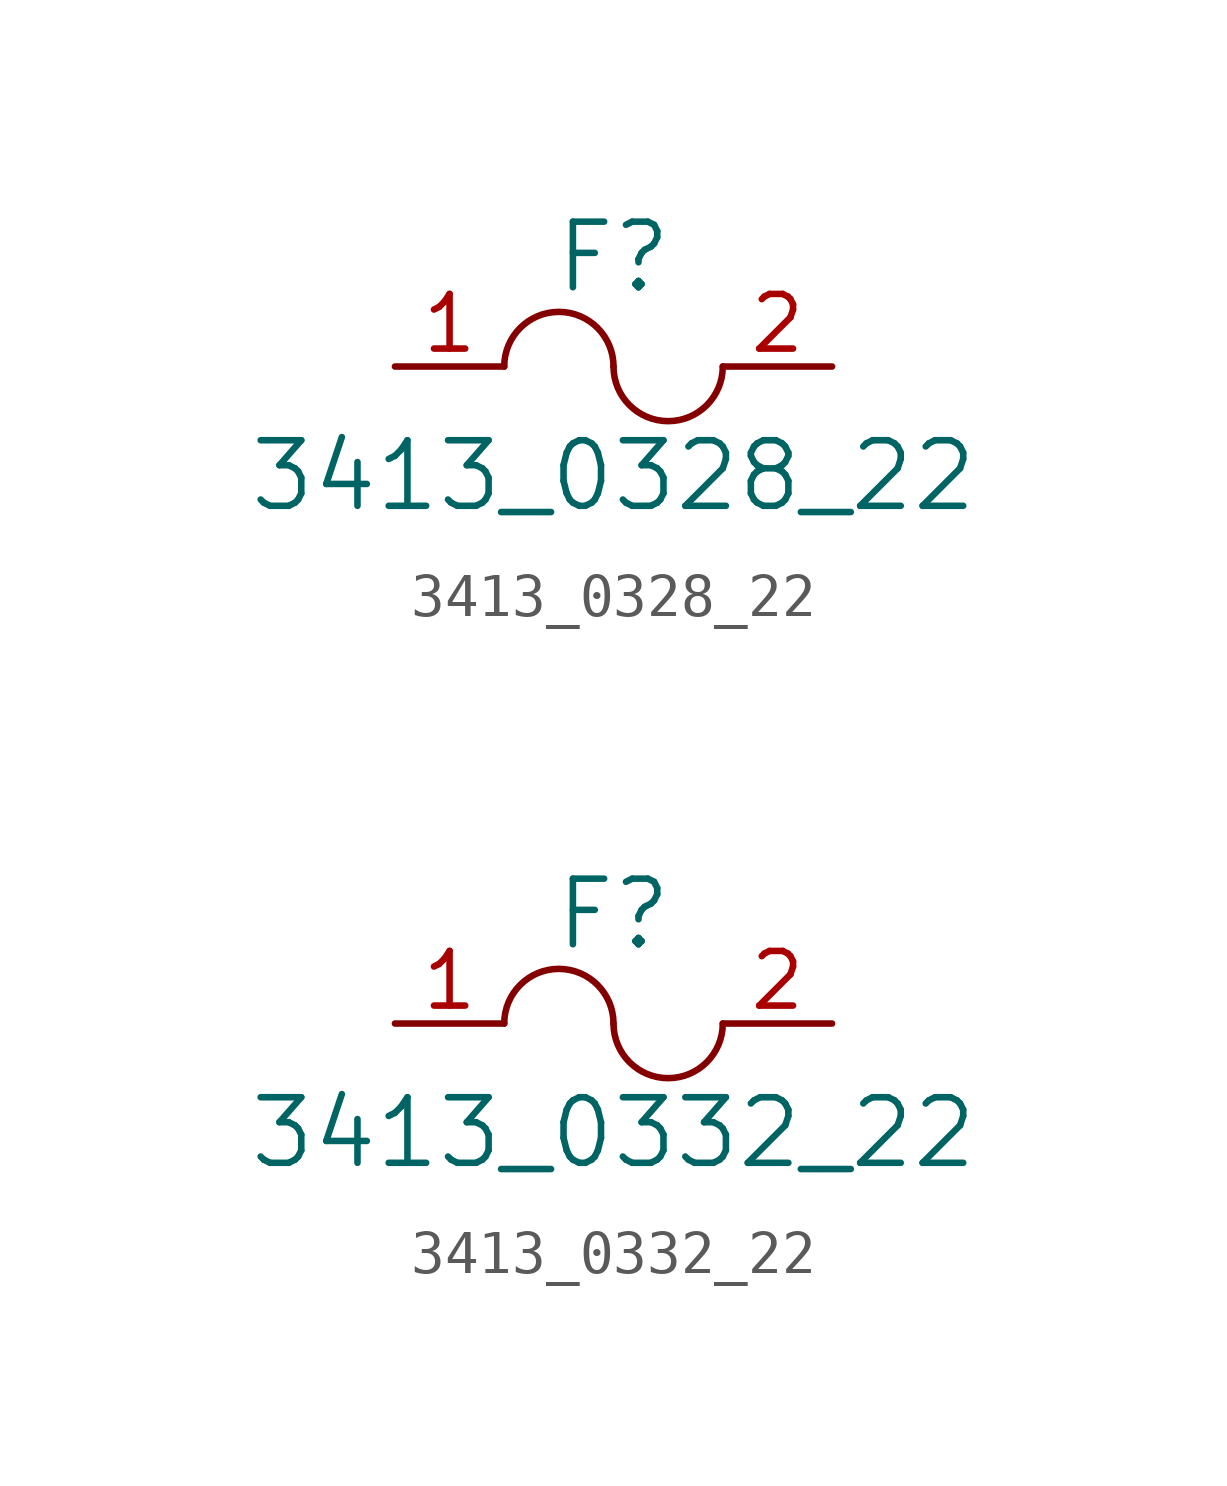
<source format=kicad_sym>
(kicad_symbol_lib
  (version 20231120)
  (generator "kicad_symbol_editor")
  (generator_version "8.0")
  (symbol "3413_0328_22"
    (pin_names
      (offset 1.016))
    (property "Reference" "F"
      (at 0 2.54 0)
      (effects (font (size 1.524 1.524))))
    (property "Value" "3413_0328_22"
      (at 0 -2.54 0)
      (effects (font (size 1.524 1.524))))
    (symbol "3413_0328_22_0_1"
      (arc (start 0 0) (mid -1.27 1.27) (end -2.54 0) (stroke (width 0) (type solid)) (fill (type none)))
      (arc (start 0 0) (mid 1.27 -1.27) (end 2.54 0) (stroke (width 0) (type solid)) (fill (type none))))
    (symbol "3413_0328_22_1_1"
      (pin output line (at -5.08 0 0) (length 2.54) (name "~" (effects (font (size 1.27 1.27)))) (number "1" (effects (font (size 1.27 1.27)))))
      (pin output line (at 5.08 0 180) (length 2.54) (name "~" (effects (font (size 1.27 1.27)))) (number "2" (effects (font (size 1.27 1.27)))))))
  (symbol "3413_0332_22"
    (pin_names
      (offset 1.016))
    (property "Reference" "F"
      (at 0 2.54 0)
      (effects (font (size 1.524 1.524))))
    (property "Value" "3413_0332_22"
      (at 0 -2.54 0)
      (effects (font (size 1.524 1.524))))
    (symbol "3413_0332_22_0_1"
      (arc (start 0 0) (mid -1.27 1.27) (end -2.54 0) (stroke (width 0) (type solid)) (fill (type none)))
      (arc (start 0 0) (mid 1.27 -1.27) (end 2.54 0) (stroke (width 0) (type solid)) (fill (type none))))
    (symbol "3413_0332_22_1_1"
      (pin output line (at -5.08 0 0) (length 2.54) (name "~" (effects (font (size 1.27 1.27)))) (number "1" (effects (font (size 1.27 1.27)))))
      (pin output line (at 5.08 0 180) (length 2.54) (name "~" (effects (font (size 1.27 1.27)))) (number "2" (effects (font (size 1.27 1.27))))))))
</source>
